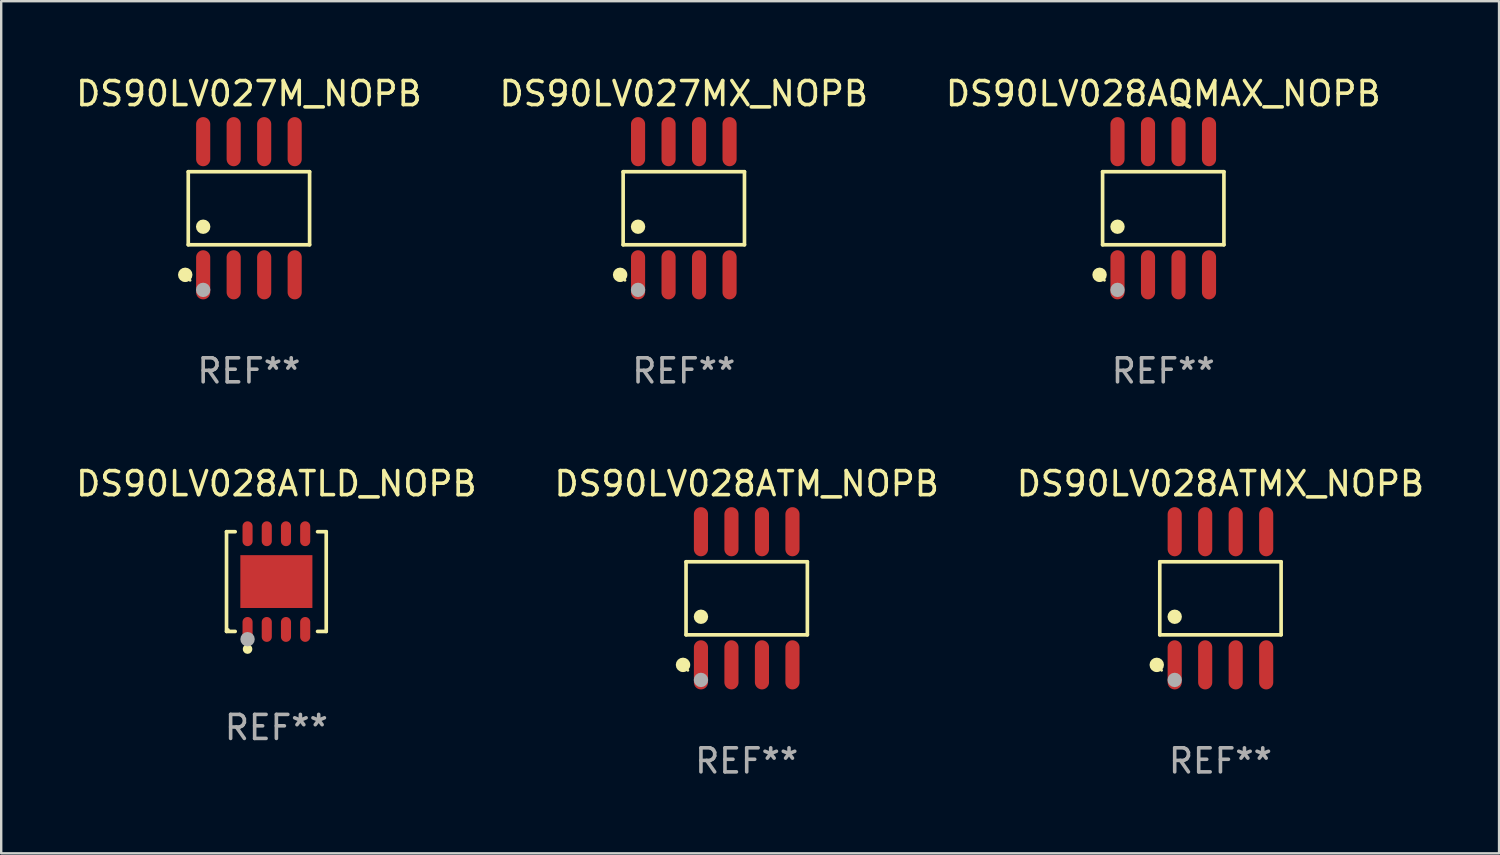
<source format=kicad_pcb>
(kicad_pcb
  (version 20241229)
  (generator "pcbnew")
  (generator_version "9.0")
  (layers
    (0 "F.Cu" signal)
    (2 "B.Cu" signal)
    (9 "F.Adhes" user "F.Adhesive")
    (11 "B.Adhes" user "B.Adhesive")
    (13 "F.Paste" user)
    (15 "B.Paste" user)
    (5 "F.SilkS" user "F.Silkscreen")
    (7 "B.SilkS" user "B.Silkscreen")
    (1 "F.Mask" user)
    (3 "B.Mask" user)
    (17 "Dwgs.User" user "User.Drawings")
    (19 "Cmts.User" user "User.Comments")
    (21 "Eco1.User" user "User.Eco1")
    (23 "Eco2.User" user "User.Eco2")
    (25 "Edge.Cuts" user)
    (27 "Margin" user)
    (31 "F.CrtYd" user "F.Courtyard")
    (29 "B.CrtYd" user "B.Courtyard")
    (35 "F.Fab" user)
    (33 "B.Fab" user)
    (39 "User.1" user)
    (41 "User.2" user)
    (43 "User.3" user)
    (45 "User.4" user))
  (footprint "DS90LV027MX_NOPB"
    (layer "F.Cu")
    (at 25.423 5.621)
    (property "Reference" "DS90LV027MX_NOPB" (at 0 -4.772 0) (layer "F.SilkS") (effects (font (size 1 1) (thickness 0.15))))
    (attr through_hole)
    (fp_line (start -2.526 -1.521) (end 2.526 -1.521) (stroke (width 0.152) (type solid)) (layer "F.SilkS"))
    (fp_line (start -2.526 1.521) (end -2.526 -1.521) (stroke (width 0.152) (type solid)) (layer "F.SilkS"))
    (fp_line (start 2.526 -1.521) (end 2.526 1.521) (stroke (width 0.152) (type solid)) (layer "F.SilkS"))
    (fp_line (start 2.526 1.521) (end -2.526 1.521) (stroke (width 0.152) (type solid)) (layer "F.SilkS"))
    (fp_circle (center -2.652 2.772) (end -2.501 2.772) (stroke (width 0.3) (type solid)) (fill no) (layer "F.SilkS"))
    (fp_circle (center -2.45 3) (end -2.42 3) (stroke (width 0.06) (type solid)) (fill no) (layer "F.SilkS"))
    (fp_circle (center -1.905 0.769) (end -1.755 0.769) (stroke (width 0.3) (type solid)) (fill no) (layer "F.SilkS"))
    (fp_circle (center -1.905 3.4) (end -1.755 3.4) (stroke (width 0.3) (type solid)) (fill no) (layer "F.Fab"))
    (fp_text user "REF**" (at 0 6.772 0) (layer "F.Fab") (effects (font (size 1 1) (thickness 0.15))))
    (pad "1" smd oval (at -1.905 2.772) (size 0.588 2.045) (layers "F.Cu" "F.Mask" "F.Paste"))
    (pad "2" smd oval (at -0.635 2.772) (size 0.588 2.045) (layers "F.Cu" "F.Mask" "F.Paste"))
    (pad "3" smd oval (at 0.635 2.772) (size 0.588 2.045) (layers "F.Cu" "F.Mask" "F.Paste"))
    (pad "4" smd oval (at 1.905 2.772) (size 0.588 2.045) (layers "F.Cu" "F.Mask" "F.Paste"))
    (pad "5" smd oval (at 1.905 -2.772) (size 0.588 2.045) (layers "F.Cu" "F.Mask" "F.Paste"))
    (pad "6" smd oval (at 0.635 -2.772) (size 0.588 2.045) (layers "F.Cu" "F.Mask" "F.Paste"))
    (pad "7" smd oval (at -0.635 -2.772) (size 0.588 2.045) (layers "F.Cu" "F.Mask" "F.Paste"))
    (pad "8" smd oval (at -1.905 -2.772) (size 0.588 2.045) (layers "F.Cu" "F.Mask" "F.Paste")))
  (footprint "DS90LV028ATM_NOPB"
    (layer "F.Cu")
    (at 28.042 21.862)
    (property "Reference" "DS90LV028ATM_NOPB" (at 0 -4.772 0) (layer "F.SilkS") (effects (font (size 1 1) (thickness 0.15))))
    (attr through_hole)
    (fp_line (start -2.526 -1.521) (end 2.526 -1.521) (stroke (width 0.152) (type solid)) (layer "F.SilkS"))
    (fp_line (start -2.526 1.521) (end -2.526 -1.521) (stroke (width 0.152) (type solid)) (layer "F.SilkS"))
    (fp_line (start 2.526 -1.521) (end 2.526 1.521) (stroke (width 0.152) (type solid)) (layer "F.SilkS"))
    (fp_line (start 2.526 1.521) (end -2.526 1.521) (stroke (width 0.152) (type solid)) (layer "F.SilkS"))
    (fp_circle (center -2.652 2.772) (end -2.501 2.772) (stroke (width 0.3) (type solid)) (fill no) (layer "F.SilkS"))
    (fp_circle (center -2.45 3) (end -2.42 3) (stroke (width 0.06) (type solid)) (fill no) (layer "F.SilkS"))
    (fp_circle (center -1.905 0.769) (end -1.755 0.769) (stroke (width 0.3) (type solid)) (fill no) (layer "F.SilkS"))
    (fp_circle (center -1.905 3.4) (end -1.755 3.4) (stroke (width 0.3) (type solid)) (fill no) (layer "F.Fab"))
    (fp_text user "REF**" (at 0 6.772 0) (layer "F.Fab") (effects (font (size 1 1) (thickness 0.15))))
    (pad "1" smd oval (at -1.905 2.772) (size 0.588 2.045) (layers "F.Cu" "F.Mask" "F.Paste"))
    (pad "2" smd oval (at -0.635 2.772) (size 0.588 2.045) (layers "F.Cu" "F.Mask" "F.Paste"))
    (pad "3" smd oval (at 0.635 2.772) (size 0.588 2.045) (layers "F.Cu" "F.Mask" "F.Paste"))
    (pad "4" smd oval (at 1.905 2.772) (size 0.588 2.045) (layers "F.Cu" "F.Mask" "F.Paste"))
    (pad "5" smd oval (at 1.905 -2.772) (size 0.588 2.045) (layers "F.Cu" "F.Mask" "F.Paste"))
    (pad "6" smd oval (at 0.635 -2.772) (size 0.588 2.045) (layers "F.Cu" "F.Mask" "F.Paste"))
    (pad "7" smd oval (at -0.635 -2.772) (size 0.588 2.045) (layers "F.Cu" "F.Mask" "F.Paste"))
    (pad "8" smd oval (at -1.905 -2.772) (size 0.588 2.045) (layers "F.Cu" "F.Mask" "F.Paste")))
  (footprint "DS90LV028AQMAX_NOPB"
    (layer "F.Cu")
    (at 45.387 5.621)
    (property "Reference" "DS90LV028AQMAX_NOPB" (at 0 -4.772 0) (layer "F.SilkS") (effects (font (size 1 1) (thickness 0.15))))
    (attr through_hole)
    (fp_line (start -2.526 -1.521) (end 2.526 -1.521) (stroke (width 0.152) (type solid)) (layer "F.SilkS"))
    (fp_line (start -2.526 1.521) (end -2.526 -1.521) (stroke (width 0.152) (type solid)) (layer "F.SilkS"))
    (fp_line (start 2.526 -1.521) (end 2.526 1.521) (stroke (width 0.152) (type solid)) (layer "F.SilkS"))
    (fp_line (start 2.526 1.521) (end -2.526 1.521) (stroke (width 0.152) (type solid)) (layer "F.SilkS"))
    (fp_circle (center -2.652 2.772) (end -2.501 2.772) (stroke (width 0.3) (type solid)) (fill no) (layer "F.SilkS"))
    (fp_circle (center -2.45 3) (end -2.42 3) (stroke (width 0.06) (type solid)) (fill no) (layer "F.SilkS"))
    (fp_circle (center -1.905 0.769) (end -1.755 0.769) (stroke (width 0.3) (type solid)) (fill no) (layer "F.SilkS"))
    (fp_circle (center -1.905 3.4) (end -1.755 3.4) (stroke (width 0.3) (type solid)) (fill no) (layer "F.Fab"))
    (fp_text user "REF**" (at 0 6.772 0) (layer "F.Fab") (effects (font (size 1 1) (thickness 0.15))))
    (pad "1" smd oval (at -1.905 2.772) (size 0.588 2.045) (layers "F.Cu" "F.Mask" "F.Paste"))
    (pad "2" smd oval (at -0.635 2.772) (size 0.588 2.045) (layers "F.Cu" "F.Mask" "F.Paste"))
    (pad "3" smd oval (at 0.635 2.772) (size 0.588 2.045) (layers "F.Cu" "F.Mask" "F.Paste"))
    (pad "4" smd oval (at 1.905 2.772) (size 0.588 2.045) (layers "F.Cu" "F.Mask" "F.Paste"))
    (pad "5" smd oval (at 1.905 -2.772) (size 0.588 2.045) (layers "F.Cu" "F.Mask" "F.Paste"))
    (pad "6" smd oval (at 0.635 -2.772) (size 0.588 2.045) (layers "F.Cu" "F.Mask" "F.Paste"))
    (pad "7" smd oval (at -0.635 -2.772) (size 0.588 2.045) (layers "F.Cu" "F.Mask" "F.Paste"))
    (pad "8" smd oval (at -1.905 -2.772) (size 0.588 2.045) (layers "F.Cu" "F.Mask" "F.Paste")))
  (footprint "DS90LV028ATMX_NOPB"
    (layer "F.Cu")
    (at 47.768 21.862)
    (property "Reference" "DS90LV028ATMX_NOPB" (at 0 -4.772 0) (layer "F.SilkS") (effects (font (size 1 1) (thickness 0.15))))
    (attr through_hole)
    (fp_line (start -2.526 -1.521) (end 2.526 -1.521) (stroke (width 0.152) (type solid)) (layer "F.SilkS"))
    (fp_line (start -2.526 1.521) (end -2.526 -1.521) (stroke (width 0.152) (type solid)) (layer "F.SilkS"))
    (fp_line (start 2.526 -1.521) (end 2.526 1.521) (stroke (width 0.152) (type solid)) (layer "F.SilkS"))
    (fp_line (start 2.526 1.521) (end -2.526 1.521) (stroke (width 0.152) (type solid)) (layer "F.SilkS"))
    (fp_circle (center -2.652 2.772) (end -2.501 2.772) (stroke (width 0.3) (type solid)) (fill no) (layer "F.SilkS"))
    (fp_circle (center -2.45 3) (end -2.42 3) (stroke (width 0.06) (type solid)) (fill no) (layer "F.SilkS"))
    (fp_circle (center -1.905 0.769) (end -1.755 0.769) (stroke (width 0.3) (type solid)) (fill no) (layer "F.SilkS"))
    (fp_circle (center -1.905 3.4) (end -1.755 3.4) (stroke (width 0.3) (type solid)) (fill no) (layer "F.Fab"))
    (fp_text user "REF**" (at 0 6.772 0) (layer "F.Fab") (effects (font (size 1 1) (thickness 0.15))))
    (pad "1" smd oval (at -1.905 2.772) (size 0.588 2.045) (layers "F.Cu" "F.Mask" "F.Paste"))
    (pad "2" smd oval (at -0.635 2.772) (size 0.588 2.045) (layers "F.Cu" "F.Mask" "F.Paste"))
    (pad "3" smd oval (at 0.635 2.772) (size 0.588 2.045) (layers "F.Cu" "F.Mask" "F.Paste"))
    (pad "4" smd oval (at 1.905 2.772) (size 0.588 2.045) (layers "F.Cu" "F.Mask" "F.Paste"))
    (pad "5" smd oval (at 1.905 -2.772) (size 0.588 2.045) (layers "F.Cu" "F.Mask" "F.Paste"))
    (pad "6" smd oval (at 0.635 -2.772) (size 0.588 2.045) (layers "F.Cu" "F.Mask" "F.Paste"))
    (pad "7" smd oval (at -0.635 -2.772) (size 0.588 2.045) (layers "F.Cu" "F.Mask" "F.Paste"))
    (pad "8" smd oval (at -1.905 -2.772) (size 0.588 2.045) (layers "F.Cu" "F.Mask" "F.Paste")))
  (footprint "DS90LV028ATLD_NOPB"
    (layer "F.Cu")
    (at 8.458 21.166)
    (property "Reference" "DS90LV028ATLD_NOPB" (at 0 -4.076 0) (layer "F.SilkS") (effects (font (size 1 1) (thickness 0.15))))
    (attr through_hole)
    (fp_line (start -2.076 -2.076) (end -1.715 -2.076) (stroke (width 0.152) (type solid)) (layer "F.SilkS"))
    (fp_line (start -2.076 2.076) (end -2.076 -2.076) (stroke (width 0.152) (type solid)) (layer "F.SilkS"))
    (fp_line (start -2.076 2.076) (end -1.715 2.076) (stroke (width 0.152) (type solid)) (layer "F.SilkS"))
    (fp_line (start 2.076 -2.076) (end 1.715 -2.076) (stroke (width 0.152) (type solid)) (layer "F.SilkS"))
    (fp_line (start 2.076 -2.076) (end 2.076 2.076) (stroke (width 0.152) (type solid)) (layer "F.SilkS"))
    (fp_line (start 2.076 2.076) (end 1.715 2.076) (stroke (width 0.152) (type solid)) (layer "F.SilkS"))
    (fp_circle (center -2 2) (end -1.97 2) (stroke (width 0.06) (type solid)) (fill no) (layer "F.SilkS"))
    (fp_circle (center -1.2 2.81) (end -1.1 2.81) (stroke (width 0.2) (type solid)) (fill no) (layer "F.SilkS"))
    (fp_circle (center -1.2 2.4) (end -1.05 2.4) (stroke (width 0.3) (type solid)) (fill no) (layer "F.Fab"))
    (fp_text user "REF**" (at 0 6.076 0) (layer "F.Fab") (effects (font (size 1 1) (thickness 0.15))))
    (pad "1" smd oval (at -1.2 1.993) (size 0.42 1.035) (layers "F.Cu" "F.Mask" "F.Paste"))
    (pad "2" smd oval (at -0.4 1.993) (size 0.42 1.035) (layers "F.Cu" "F.Mask" "F.Paste"))
    (pad "3" smd oval (at 0.4 1.993) (size 0.42 1.035) (layers "F.Cu" "F.Mask" "F.Paste"))
    (pad "4" smd oval (at 1.2 1.993) (size 0.42 1.035) (layers "F.Cu" "F.Mask" "F.Paste"))
    (pad "5" smd oval (at 1.2 -1.992) (size 0.42 1.035) (layers "F.Cu" "F.Mask" "F.Paste"))
    (pad "6" smd oval (at 0.4 -1.992) (size 0.42 1.035) (layers "F.Cu" "F.Mask" "F.Paste"))
    (pad "7" smd oval (at -0.4 -1.992) (size 0.42 1.035) (layers "F.Cu" "F.Mask" "F.Paste"))
    (pad "8" smd oval (at -1.2 -1.992) (size 0.42 1.035) (layers "F.Cu" "F.Mask" "F.Paste"))
    (pad "9" smd rect (at 0 0) (size 3 2.2) (layers "F.Cu" "F.Mask" "F.Paste")))
  (footprint "DS90LV027M_NOPB"
    (layer "F.Cu")
    (at 7.315 5.621)
    (property "Reference" "DS90LV027M_NOPB" (at 0 -4.772 0) (layer "F.SilkS") (effects (font (size 1 1) (thickness 0.15))))
    (attr through_hole)
    (fp_line (start -2.526 -1.521) (end 2.526 -1.521) (stroke (width 0.152) (type solid)) (layer "F.SilkS"))
    (fp_line (start -2.526 1.521) (end -2.526 -1.521) (stroke (width 0.152) (type solid)) (layer "F.SilkS"))
    (fp_line (start 2.526 -1.521) (end 2.526 1.521) (stroke (width 0.152) (type solid)) (layer "F.SilkS"))
    (fp_line (start 2.526 1.521) (end -2.526 1.521) (stroke (width 0.152) (type solid)) (layer "F.SilkS"))
    (fp_circle (center -2.652 2.772) (end -2.501 2.772) (stroke (width 0.3) (type solid)) (fill no) (layer "F.SilkS"))
    (fp_circle (center -2.45 3) (end -2.42 3) (stroke (width 0.06) (type solid)) (fill no) (layer "F.SilkS"))
    (fp_circle (center -1.905 0.769) (end -1.755 0.769) (stroke (width 0.3) (type solid)) (fill no) (layer "F.SilkS"))
    (fp_circle (center -1.905 3.4) (end -1.755 3.4) (stroke (width 0.3) (type solid)) (fill no) (layer "F.Fab"))
    (fp_text user "REF**" (at 0 6.772 0) (layer "F.Fab") (effects (font (size 1 1) (thickness 0.15))))
    (pad "1" smd oval (at -1.905 2.772) (size 0.588 2.045) (layers "F.Cu" "F.Mask" "F.Paste"))
    (pad "2" smd oval (at -0.635 2.772) (size 0.588 2.045) (layers "F.Cu" "F.Mask" "F.Paste"))
    (pad "3" smd oval (at 0.635 2.772) (size 0.588 2.045) (layers "F.Cu" "F.Mask" "F.Paste"))
    (pad "4" smd oval (at 1.905 2.772) (size 0.588 2.045) (layers "F.Cu" "F.Mask" "F.Paste"))
    (pad "5" smd oval (at 1.905 -2.772) (size 0.588 2.045) (layers "F.Cu" "F.Mask" "F.Paste"))
    (pad "6" smd oval (at 0.635 -2.772) (size 0.588 2.045) (layers "F.Cu" "F.Mask" "F.Paste"))
    (pad "7" smd oval (at -0.635 -2.772) (size 0.588 2.045) (layers "F.Cu" "F.Mask" "F.Paste"))
    (pad "8" smd oval (at -1.905 -2.772) (size 0.588 2.045) (layers "F.Cu" "F.Mask" "F.Paste")))
  (gr_rect
    (start -3 -3)
    (end 59.369 32.483)
    (stroke (width 0.1) (type default))
    (fill no)
    (layer "Edge.Cuts")))
</source>
